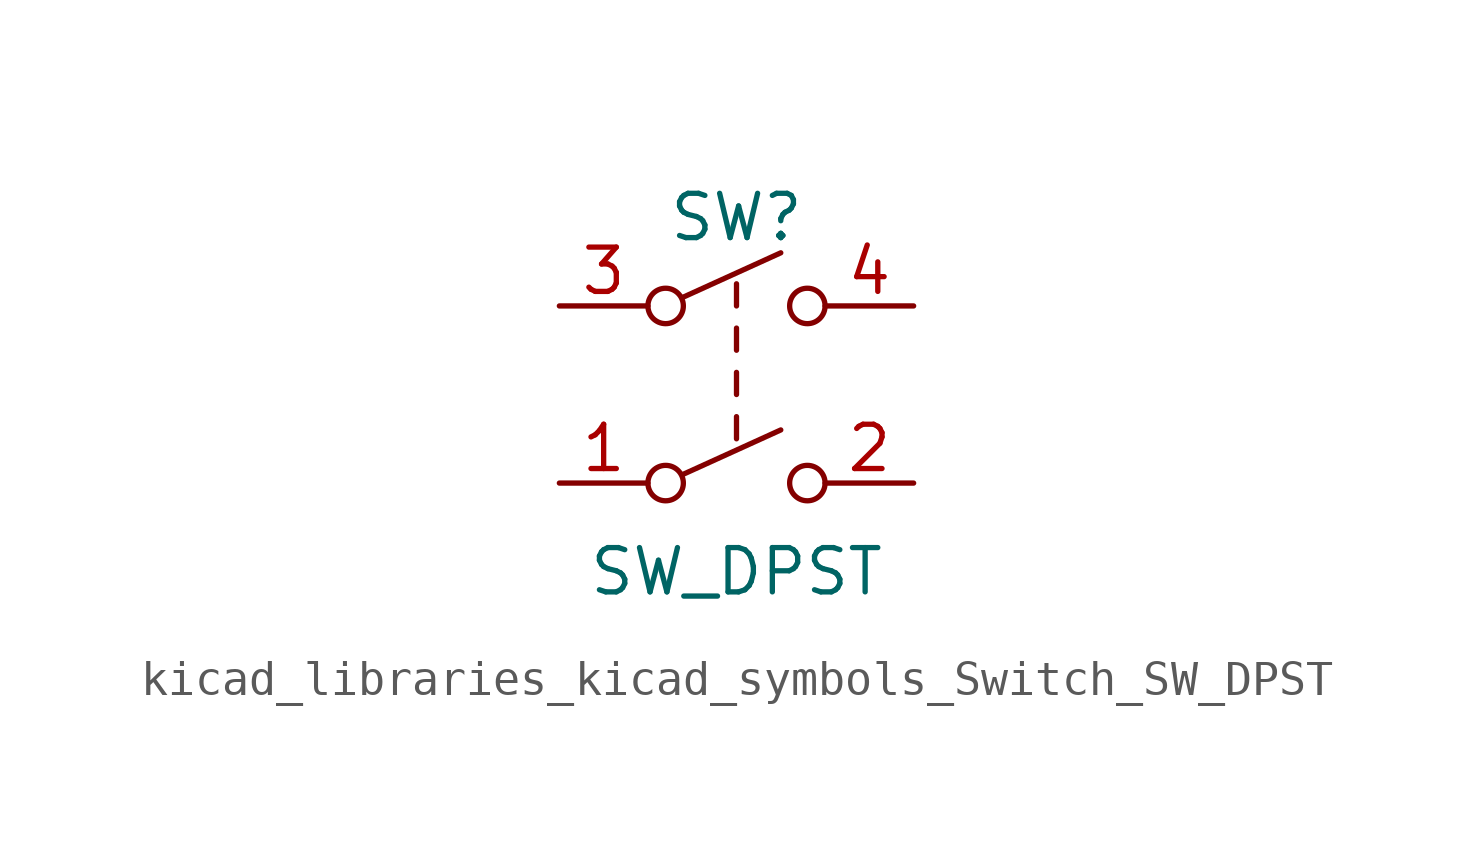
<source format=kicad_sym>
(kicad_symbol_lib
  (version 20220914)
  (generator kicad_symbol_editor)
  (symbol "kicad_libraries_kicad_symbols_Switch_SW_DPST"
    (pin_names
      (offset 0) hide)
    (property "Reference" "SW"
      (at 0 5.08 0)
      (effects (font (size 1.27 1.27))))
    (property "Value" "SW_DPST"
      (at 0 -5.08 0)
      (effects (font (size 1.27 1.27))))
    (symbol "kicad_libraries_kicad_symbols_Switch_SW_DPST_0_0"
      (circle (center -2.032 -2.54) (radius 0.508) (stroke (width 0) (type default)) (fill (type none)))
      (circle (center -2.032 2.54) (radius 0.508) (stroke (width 0) (type default)) (fill (type none)))
      (polyline (pts (xy -1.524 -2.286) (xy 1.27 -1.016)) (stroke (width 0) (type default)) (fill (type none)))
      (polyline (pts (xy -1.524 2.794) (xy 1.27 4.064)) (stroke (width 0) (type default)) (fill (type none)))
      (polyline (pts (xy 0 -1.27) (xy 0 -0.635)) (stroke (width 0) (type default)) (fill (type none)))
      (polyline (pts (xy 0 0) (xy 0 0.635)) (stroke (width 0) (type default)) (fill (type none)))
      (polyline (pts (xy 0 1.27) (xy 0 1.905)) (stroke (width 0) (type default)) (fill (type none)))
      (polyline (pts (xy 0 2.54) (xy 0 3.175)) (stroke (width 0) (type default)) (fill (type none)))
      (circle (center 2.032 -2.54) (radius 0.508) (stroke (width 0) (type default)) (fill (type none)))
      (circle (center 2.032 2.54) (radius 0.508) (stroke (width 0) (type default)) (fill (type none))))
    (symbol "kicad_libraries_kicad_symbols_Switch_SW_DPST_1_1"
      (pin passive line (at -5.08 -2.54 0) (length 2.54) (name "1" (effects (font (size 1.27 1.27)))) (number "1" (effects (font (size 1.27 1.27)))))
      (pin passive line (at 5.08 -2.54 180) (length 2.54) (name "2" (effects (font (size 1.27 1.27)))) (number "2" (effects (font (size 1.27 1.27)))))
      (pin passive line (at -5.08 2.54 0) (length 2.54) (name "3" (effects (font (size 1.27 1.27)))) (number "3" (effects (font (size 1.27 1.27)))))
      (pin passive line (at 5.08 2.54 180) (length 2.54) (name "4" (effects (font (size 1.27 1.27)))) (number "4" (effects (font (size 1.27 1.27))))))))
</source>
